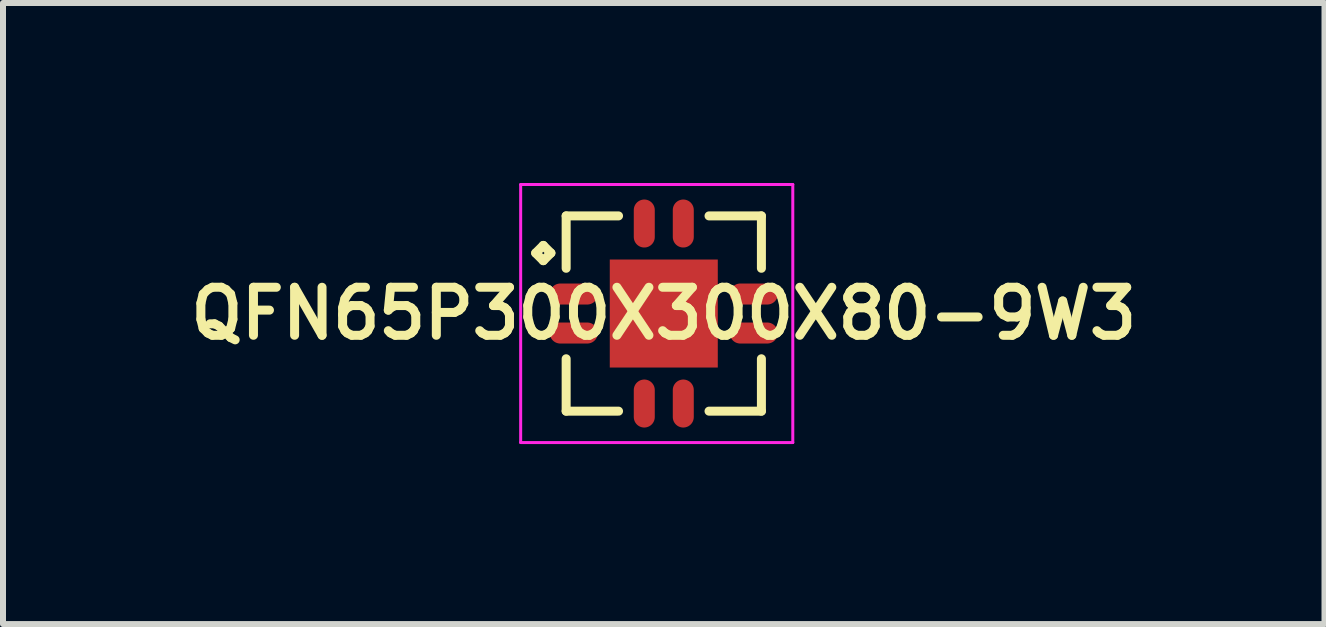
<source format=kicad_pcb>
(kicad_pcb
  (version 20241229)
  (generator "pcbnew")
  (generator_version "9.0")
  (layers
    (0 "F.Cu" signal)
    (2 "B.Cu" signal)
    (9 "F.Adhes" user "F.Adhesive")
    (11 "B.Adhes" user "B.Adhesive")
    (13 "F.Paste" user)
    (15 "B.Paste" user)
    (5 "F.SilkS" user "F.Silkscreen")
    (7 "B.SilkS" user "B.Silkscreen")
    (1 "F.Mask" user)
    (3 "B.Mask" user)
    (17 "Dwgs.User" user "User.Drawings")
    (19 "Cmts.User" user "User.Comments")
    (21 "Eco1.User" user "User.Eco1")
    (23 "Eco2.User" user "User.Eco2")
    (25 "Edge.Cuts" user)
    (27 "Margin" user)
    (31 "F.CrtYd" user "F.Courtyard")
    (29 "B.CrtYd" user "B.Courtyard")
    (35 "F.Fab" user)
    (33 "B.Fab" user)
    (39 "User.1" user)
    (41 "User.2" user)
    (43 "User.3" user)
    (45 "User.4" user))
  (footprint "QFN65P300X300X80-9W3"
    (layer "F.Cu")
    (at 8.012 2.175)
    (property "Reference" "QFN65P300X300X80-9W3" (at 0 0 0) (layer "F.SilkS") (effects (font (size 0.8 0.8) (thickness 0.15))))
    (attr smd)
    (fp_line (start -2.135 -1.008) (end -2.008 -1.135) (stroke (width 0.15) (type solid)) (layer "F.SilkS"))
    (fp_line (start -2.008 -1.135) (end -1.881 -1.008) (stroke (width 0.15) (type solid)) (layer "F.SilkS"))
    (fp_line (start -2.008 -0.881) (end -2.135 -1.008) (stroke (width 0.15) (type solid)) (layer "F.SilkS"))
    (fp_line (start -1.881 -1.008) (end -2.008 -0.881) (stroke (width 0.15) (type solid)) (layer "F.SilkS"))
    (fp_line (start -1.627 -1.627) (end -0.754 -1.627) (stroke (width 0.15) (type solid)) (layer "F.SilkS"))
    (fp_line (start -1.627 -0.754) (end -1.627 -1.627) (stroke (width 0.15) (type solid)) (layer "F.SilkS"))
    (fp_line (start -1.627 0.754) (end -1.627 1.627) (stroke (width 0.15) (type solid)) (layer "F.SilkS"))
    (fp_line (start -1.627 1.627) (end -0.754 1.627) (stroke (width 0.15) (type solid)) (layer "F.SilkS"))
    (fp_line (start 0.754 -1.627) (end 1.627 -1.627) (stroke (width 0.15) (type solid)) (layer "F.SilkS"))
    (fp_line (start 0.754 1.627) (end 1.627 1.627) (stroke (width 0.15) (type solid)) (layer "F.SilkS"))
    (fp_line (start 1.627 -1.627) (end 1.627 -0.754) (stroke (width 0.15) (type solid)) (layer "F.SilkS"))
    (fp_line (start 1.627 1.627) (end 1.627 0.754) (stroke (width 0.15) (type solid)) (layer "F.SilkS"))
    (fp_line (start -2.385 -2.15) (end 2.15 -2.15) (stroke (width 0.05) (type solid)) (layer "F.CrtYd"))
    (fp_line (start -2.385 2.15) (end -2.385 -2.15) (stroke (width 0.05) (type solid)) (layer "F.CrtYd"))
    (fp_line (start 2.15 -2.15) (end 2.15 2.15) (stroke (width 0.05) (type solid)) (layer "F.CrtYd"))
    (fp_line (start 2.15 2.15) (end -2.385 2.15) (stroke (width 0.05) (type solid)) (layer "F.CrtYd"))
    (pad "1" smd oval (at -1.5 -0.325) (size 0.8 0.35) (layers "F.Cu" "F.Mask" "F.Paste"))
    (pad "2" smd oval (at -1.5 0.325) (size 0.8 0.35) (layers "F.Cu" "F.Mask" "F.Paste"))
    (pad "3" smd oval (at -0.325 1.5) (size 0.35 0.8) (layers "F.Cu" "F.Mask" "F.Paste"))
    (pad "4" smd oval (at 0.325 1.5) (size 0.35 0.8) (layers "F.Cu" "F.Mask" "F.Paste"))
    (pad "5" smd oval (at 1.5 0.325) (size 0.8 0.35) (layers "F.Cu" "F.Mask" "F.Paste"))
    (pad "6" smd oval (at 1.5 -0.325) (size 0.8 0.35) (layers "F.Cu" "F.Mask" "F.Paste"))
    (pad "7" smd oval (at 0.325 -1.5) (size 0.35 0.8) (layers "F.Cu" "F.Mask" "F.Paste"))
    (pad "8" smd oval (at -0.325 -1.5) (size 0.35 0.8) (layers "F.Cu" "F.Mask" "F.Paste"))
    (pad "9" smd rect (at 0 0) (size 1.8 1.8) (layers "F.Cu" "F.Mask" "F.Paste")))
  (gr_rect
    (start -3 -3)
    (end 19.023 7.35)
    (stroke (width 0.1) (type default))
    (fill no)
    (layer "Edge.Cuts")))
</source>
